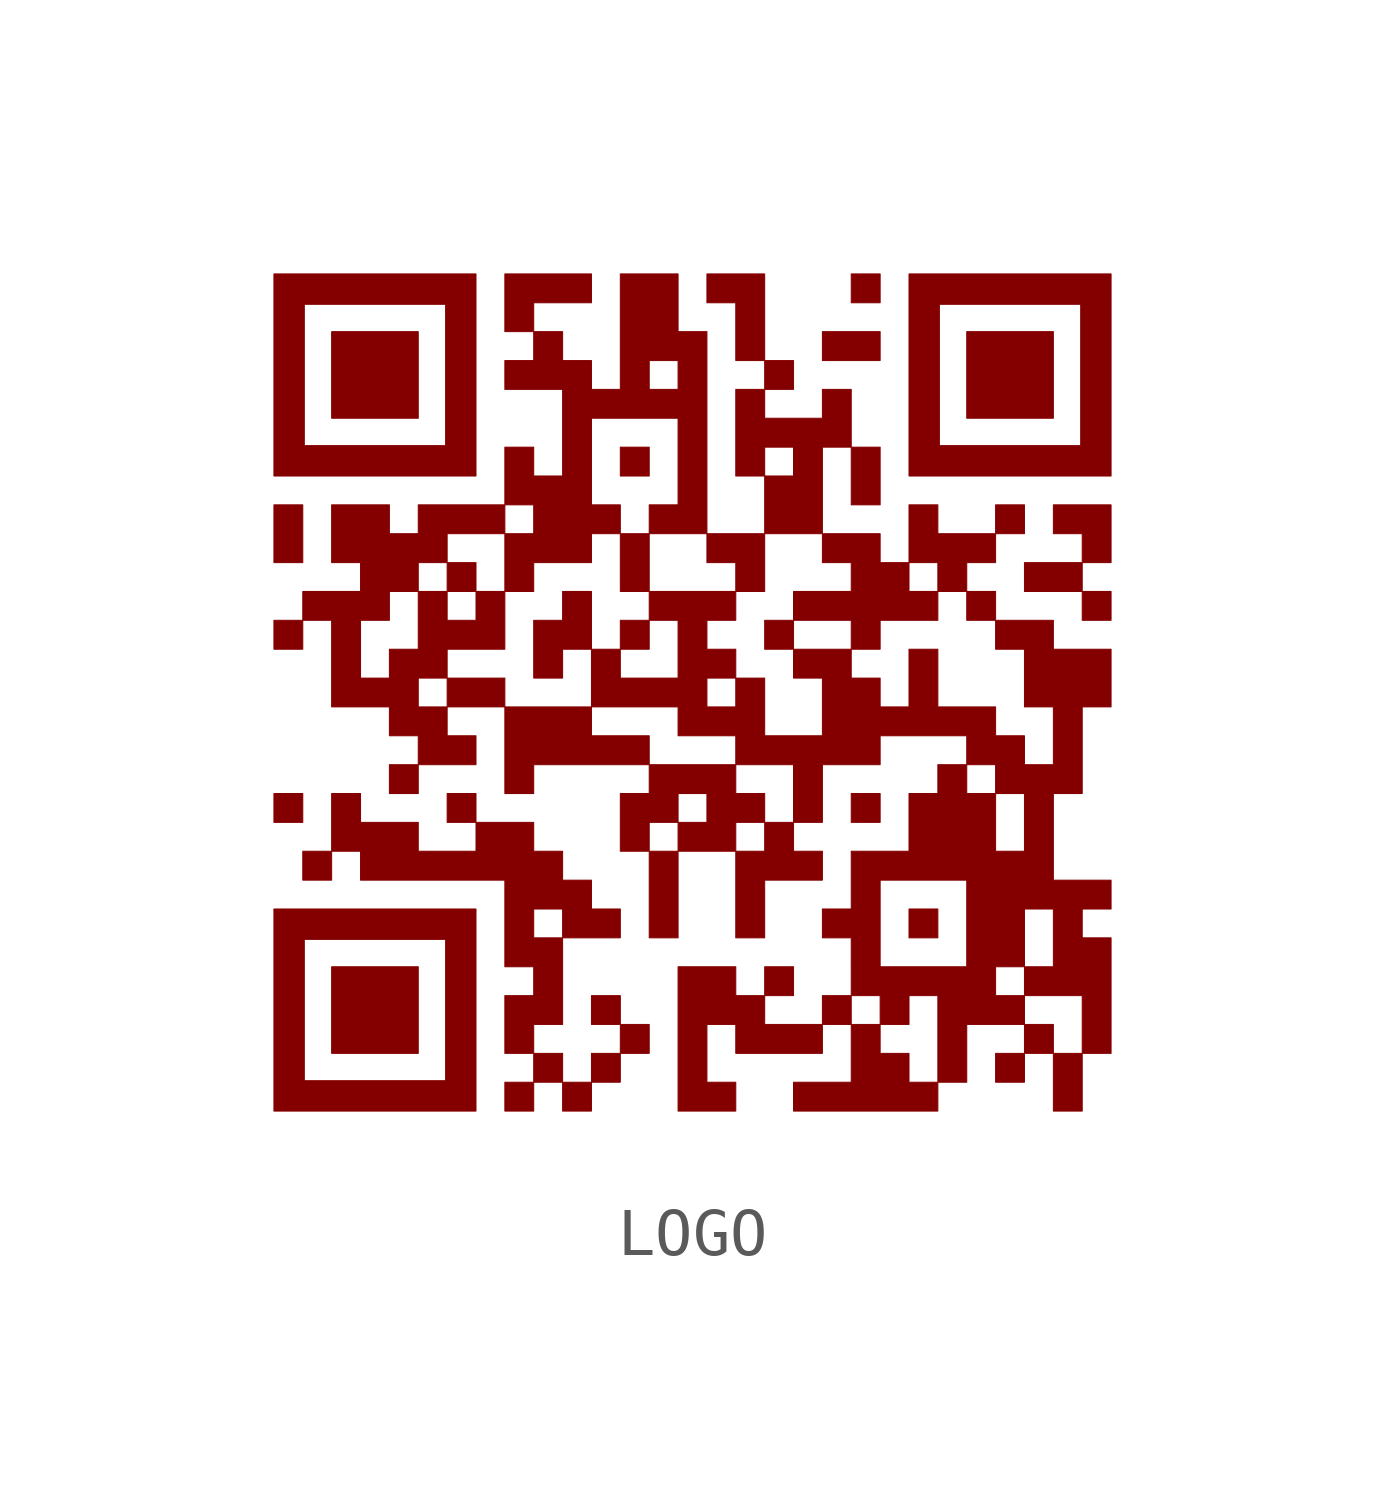
<source format=kicad_sym>
(kicad_symbol_lib
  (version 20220914)
  (generator bitmap2component)
  (symbol "LOGO"
    (pin_names
      (offset 1.016))
    (property "Reference" "#G"
      (at 0 9.369 0)
      (effects (font (size 1.27 1.27)) hide))
    (symbol "LOGO_0_0"
      (polyline (pts (xy -4.547 -6.669) (xy -4.547 -4.547) (xy -6.669 -4.547) (xy -8.791 -4.547) (xy -8.791 -6.669) (xy -8.791 -8.153) (xy -8.153 -8.153) (xy -8.153 -6.669) (xy -8.153 -5.185) (xy -6.669 -5.185) (xy -5.185 -5.185) (xy -5.185 -6.669) (xy -5.185 -8.153) (xy -6.669 -8.153) (xy -8.153 -8.153) (xy -8.791 -8.153) (xy -8.791 -8.791) (xy -6.669 -8.791) (xy -4.547 -8.791) (xy -4.547 -6.669)) (stroke (width 0.01) (type default)) (fill (type outline)))
      (polyline (pts (xy -3.335 -8.488) (xy -3.335 -8.185) (xy -3.031 -8.185) (xy -2.728 -8.185) (xy -2.728 -8.488) (xy -2.728 -8.791) (xy -2.425 -8.791) (xy -2.122 -8.791) (xy -2.122 -8.488) (xy -2.122 -8.185) (xy -2.425 -8.185) (xy -2.728 -8.185) (xy -2.728 -7.882) (xy -2.728 -7.579) (xy -3.031 -7.579) (xy -3.335 -7.579) (xy -3.335 -7.275) (xy -3.335 -6.972) (xy -3.031 -6.972) (xy -2.728 -6.972) (xy -2.728 -6.063) (xy -2.728 -5.153) (xy -3.031 -5.153) (xy -3.335 -5.153) (xy -3.335 -4.85) (xy -3.335 -4.547) (xy -3.031 -4.547) (xy -2.728 -4.547) (xy -2.728 -4.85) (xy -2.728 -5.153) (xy -2.122 -5.153) (xy -1.516 -5.153) (xy -1.516 -4.85) (xy -1.516 -4.547) (xy -1.819 -4.547) (xy -2.122 -4.547) (xy -2.122 -4.244) (xy -2.122 -3.941) (xy -2.425 -3.941) (xy -2.728 -3.941) (xy -2.728 -3.638) (xy -2.728 -3.334) (xy -3.031 -3.334) (xy -3.335 -3.334) (xy -3.335 -3.031) (xy -3.335 -2.728) (xy -3.941 -2.728) (xy -4.547 -2.728) (xy -4.547 -2.425) (xy -4.547 -2.122) (xy -4.85 -2.122) (xy -5.153 -2.122) (xy -5.153 -2.425) (xy -5.153 -2.728) (xy -4.85 -2.728) (xy -4.547 -2.728) (xy -4.547 -3.031) (xy -4.547 -3.334) (xy -5.153 -3.334) (xy -5.76 -3.334) (xy -5.76 -3.031) (xy -5.76 -2.728) (xy -6.366 -2.728) (xy -6.972 -2.728) (xy -6.972 -2.425) (xy -6.972 -2.122) (xy -7.275 -2.122) (xy -7.579 -2.122) (xy -7.579 -2.728) (xy -7.579 -3.334) (xy -7.882 -3.334) (xy -8.185 -3.334) (xy -8.185 -3.638) (xy -8.185 -3.941) (xy -7.882 -3.941) (xy -7.579 -3.941) (xy -7.579 -3.638) (xy -7.579 -3.334) (xy -7.275 -3.334) (xy -6.972 -3.334) (xy -6.972 -3.638) (xy -6.972 -3.941) (xy -5.457 -3.941) (xy -3.941 -3.941) (xy -3.941 -4.85) (xy -3.941 -5.76) (xy -3.638 -5.76) (xy -3.335 -5.76) (xy -3.335 -6.063) (xy -3.335 -6.366) (xy -3.638 -6.366) (xy -3.941 -6.366) (xy -3.941 -6.972) (xy -3.941 -7.579) (xy -3.638 -7.579) (xy -3.335 -7.579) (xy -3.335 -7.882) (xy -3.335 -8.185) (xy -3.638 -8.185) (xy -3.941 -8.185) (xy -3.941 -8.488) (xy -3.941 -8.791) (xy -3.638 -8.791) (xy -3.335 -8.791) (xy -3.335 -8.488)) (stroke (width 0.01) (type default)) (fill (type outline)))
      (polyline (pts (xy -0.909 -7.275) (xy -0.909 -6.972) (xy -1.213 -6.972) (xy -1.516 -6.972) (xy -1.516 -6.669) (xy -1.516 -6.366) (xy -1.819 -6.366) (xy -2.122 -6.366) (xy -2.122 -6.669) (xy -2.122 -6.972) (xy -1.819 -6.972) (xy -1.516 -6.972) (xy -1.516 -7.275) (xy -1.516 -7.579) (xy -1.213 -7.579) (xy -0.909 -7.579) (xy -0.909 -7.275)) (stroke (width 0.01) (type default)) (fill (type outline)))
      (polyline (pts (xy -1.516 -7.882) (xy -1.516 -7.579) (xy -1.819 -7.579) (xy -2.122 -7.579) (xy -2.122 -7.882) (xy -2.122 -8.185) (xy -1.819 -8.185) (xy -1.516 -8.185) (xy -1.516 -7.882)) (stroke (width 0.01) (type default)) (fill (type outline)))
      (polyline (pts (xy 2.122 6.669) (xy 2.122 6.972) (xy 1.819 6.972) (xy 1.516 6.972) (xy 1.516 7.882) (xy 1.516 8.791) (xy 0.909 8.791) (xy 0.303 8.791) (xy 0.303 8.488) (xy 0.303 8.185) (xy 0.606 8.185) (xy 0.909 8.185) (xy 0.909 7.579) (xy 0.909 6.972) (xy 1.213 6.972) (xy 1.516 6.972) (xy 1.516 6.669) (xy 1.516 6.366) (xy 1.819 6.366) (xy 2.122 6.366) (xy 2.122 6.669)) (stroke (width 0.01) (type default)) (fill (type outline)))
      (polyline (pts (xy 0.909 -8.488) (xy 0.909 -8.185) (xy 0.606 -8.185) (xy 0.303 -8.185) (xy 0.303 -7.579) (xy 0.303 -6.972) (xy 0.606 -6.972) (xy 0.909 -6.972) (xy 0.909 -7.275) (xy 0.909 -7.579) (xy 1.819 -7.579) (xy 2.728 -7.579) (xy 2.728 -7.275) (xy 2.728 -6.972) (xy 3.031 -6.972) (xy 3.334 -6.972) (xy 3.334 -7.579) (xy 3.334 -8.185) (xy 2.728 -8.185) (xy 2.122 -8.185) (xy 2.122 -8.488) (xy 2.122 -8.791) (xy 3.638 -8.791) (xy 5.153 -8.791) (xy 5.153 -8.488) (xy 5.153 -8.185) (xy 4.85 -8.185) (xy 4.547 -8.185) (xy 4.547 -7.882) (xy 4.547 -7.579) (xy 4.244 -7.579) (xy 3.941 -7.579) (xy 3.941 -7.275) (xy 3.941 -6.972) (xy 3.638 -6.972) (xy 3.334 -6.972) (xy 3.334 -6.669) (xy 3.334 -6.366) (xy 3.638 -6.366) (xy 3.941 -6.366) (xy 3.941 -6.669) (xy 3.941 -6.972) (xy 4.244 -6.972) (xy 4.547 -6.972) (xy 4.547 -6.669) (xy 4.547 -6.366) (xy 4.85 -6.366) (xy 5.153 -6.366) (xy 5.153 -7.275) (xy 5.153 -8.185) (xy 5.457 -8.185) (xy 5.76 -8.185) (xy 5.76 -7.579) (xy 5.76 -6.972) (xy 6.366 -6.972) (xy 6.972 -6.972) (xy 6.972 -7.275) (xy 6.972 -7.579) (xy 6.669 -7.579) (xy 6.366 -7.579) (xy 6.366 -7.882) (xy 6.366 -8.185) (xy 6.669 -8.185) (xy 6.972 -8.185) (xy 6.972 -7.882) (xy 6.972 -7.579) (xy 7.275 -7.579) (xy 7.579 -7.579) (xy 7.579 -8.185) (xy 7.579 -8.791) (xy 7.882 -8.791) (xy 8.185 -8.791) (xy 8.185 -8.185) (xy 8.185 -7.579) (xy 7.882 -7.579) (xy 7.579 -7.579) (xy 7.579 -7.275) (xy 7.579 -6.972) (xy 7.275 -6.972) (xy 6.972 -6.972) (xy 6.972 -6.669) (xy 6.972 -6.366) (xy 6.669 -6.366) (xy 6.366 -6.366) (xy 6.366 -6.063) (xy 6.366 -5.76) (xy 6.669 -5.76) (xy 6.972 -5.76) (xy 6.972 -5.153) (xy 6.972 -4.547) (xy 7.275 -4.547) (xy 7.579 -4.547) (xy 7.579 -5.153) (xy 7.579 -5.76) (xy 7.275 -5.76) (xy 6.972 -5.76) (xy 6.972 -6.063) (xy 6.972 -6.366) (xy 7.579 -6.366) (xy 8.185 -6.366) (xy 8.185 -6.972) (xy 8.185 -7.579) (xy 8.488 -7.579) (xy 8.791 -7.579) (xy 8.791 -6.366) (xy 8.791 -5.153) (xy 8.488 -5.153) (xy 8.185 -5.153) (xy 8.185 -4.85) (xy 8.185 -4.547) (xy 8.488 -4.547) (xy 8.791 -4.547) (xy 8.791 -4.244) (xy 8.791 -3.941) (xy 8.185 -3.941) (xy 7.579 -3.941) (xy 7.579 -3.031) (xy 7.579 -2.122) (xy 7.882 -2.122) (xy 8.185 -2.122) (xy 8.185 -1.213) (xy 8.185 -0.303) (xy 8.488 -0.303) (xy 8.791 -0.303) (xy 8.791 0.303) (xy 8.791 0.909) (xy 8.185 0.909) (xy 7.579 0.909) (xy 7.579 1.213) (xy 7.579 1.516) (xy 6.972 1.516) (xy 6.366 1.516) (xy 6.366 1.819) (xy 6.366 2.122) (xy 6.063 2.122) (xy 5.76 2.122) (xy 5.76 2.425) (xy 5.76 2.728) (xy 6.063 2.728) (xy 6.366 2.728) (xy 6.366 3.031) (xy 6.366 3.335) (xy 5.76 3.335) (xy 5.153 3.335) (xy 5.153 3.638) (xy 5.153 3.941) (xy 4.85 3.941) (xy 4.547 3.941) (xy 4.547 3.335) (xy 4.547 2.728) (xy 4.244 2.728) (xy 3.941 2.728) (xy 3.941 3.031) (xy 3.941 3.335) (xy 3.334 3.335) (xy 2.728 3.335) (xy 2.728 4.244) (xy 2.728 5.153) (xy 3.031 5.153) (xy 3.334 5.153) (xy 3.334 4.547) (xy 3.334 3.941) (xy 3.638 3.941) (xy 3.941 3.941) (xy 3.941 4.547) (xy 3.941 5.153) (xy 3.638 5.153) (xy 3.334 5.153) (xy 3.334 5.76) (xy 3.334 6.366) (xy 3.031 6.366) (xy 2.728 6.366) (xy 2.728 6.063) (xy 2.728 5.76) (xy 2.122 5.76) (xy 1.516 5.76) (xy 1.516 6.063) (xy 1.516 6.366) (xy 1.213 6.366) (xy 0.909 6.366) (xy 0.909 5.457) (xy 0.909 4.547) (xy 1.213 4.547) (xy 1.516 4.547) (xy 1.516 4.85) (xy 1.516 5.153) (xy 1.819 5.153) (xy 2.122 5.153) (xy 2.122 4.85) (xy 2.122 4.547) (xy 1.819 4.547) (xy 1.516 4.547) (xy 1.516 3.941) (xy 1.516 3.335) (xy 0.909 3.335) (xy 0.303 3.335) (xy 0.303 5.457) (xy 0.303 7.579) (xy 0 7.579) (xy -0.303 7.579) (xy -0.303 8.185) (xy -0.303 8.791) (xy -0.909 8.791) (xy -1.516 8.791) (xy -1.516 7.579) (xy -1.516 6.366) (xy -0.909 6.366) (xy -0.909 6.669) (xy -0.909 6.972) (xy -0.606 6.972) (xy -0.303 6.972) (xy -0.303 6.669) (xy -0.303 6.366) (xy -0.606 6.366) (xy -0.909 6.366) (xy -1.516 6.366) (xy -1.819 6.366) (xy -2.122 6.366) (xy -2.122 6.669) (xy -2.122 6.972) (xy -2.425 6.972) (xy -2.728 6.972) (xy -2.728 7.275) (xy -2.728 7.579) (xy -3.031 7.579) (xy -3.335 7.579) (xy -3.335 7.882) (xy -3.335 8.185) (xy -2.728 8.185) (xy -2.122 8.185) (xy -2.122 8.488) (xy -2.122 8.791) (xy -3.031 8.791) (xy -3.941 8.791) (xy -3.941 8.185) (xy -3.941 7.579) (xy -3.638 7.579) (xy -3.335 7.579) (xy -3.335 7.275) (xy -3.335 6.972) (xy -3.638 6.972) (xy -3.941 6.972) (xy -3.941 6.669) (xy -3.941 6.366) (xy -3.335 6.366) (xy -2.728 6.366) (xy -2.728 5.457) (xy -2.728 4.547) (xy -3.031 4.547) (xy -3.335 4.547) (xy -3.335 4.85) (xy -3.335 5.153) (xy -3.638 5.153) (xy -3.941 5.153) (xy -3.941 4.547) (xy -3.941 3.941) (xy -4.85 3.941) (xy -5.76 3.941) (xy -5.76 3.638) (xy -5.76 3.335) (xy -6.063 3.335) (xy -6.366 3.335) (xy -6.366 3.638) (xy -6.366 3.941) (xy -6.972 3.941) (xy -7.579 3.941) (xy -7.579 3.335) (xy -7.579 2.728) (xy -7.275 2.728) (xy -6.972 2.728) (xy -6.972 2.425) (xy -6.972 2.122) (xy -7.579 2.122) (xy -8.185 2.122) (xy -8.185 1.819) (xy -8.185 1.516) (xy -8.488 1.516) (xy -8.791 1.516) (xy -8.791 1.213) (xy -8.791 0.909) (xy -8.488 0.909) (xy -8.185 0.909) (xy -8.185 1.213) (xy -8.185 1.516) (xy -7.882 1.516) (xy -7.579 1.516) (xy -7.579 0.606) (xy -7.579 -0.303) (xy -6.972 -0.303) (xy -6.366 -0.303) (xy -6.366 -0.606) (xy -6.366 -0.909) (xy -6.063 -0.909) (xy -5.76 -0.909) (xy -5.76 -1.213) (xy -5.76 -1.516) (xy -5.153 -1.516) (xy -4.547 -1.516) (xy -4.547 -1.213) (xy -4.547 -0.909) (xy -4.85 -0.909) (xy -5.153 -0.909) (xy -5.153 -0.606) (xy -5.153 -0.303) (xy -4.547 -0.303) (xy -3.941 -0.303) (xy -3.941 -1.213) (xy -3.941 -2.122) (xy -3.638 -2.122) (xy -3.335 -2.122) (xy -3.335 -1.819) (xy -3.335 -1.516) (xy -2.122 -1.516) (xy -0.909 -1.516) (xy -0.909 -1.819) (xy -0.909 -2.122) (xy -1.213 -2.122) (xy -1.516 -2.122) (xy -1.516 -2.728) (xy -1.516 -3.334) (xy -1.213 -3.334) (xy -0.909 -3.334) (xy -0.909 -3.031) (xy -0.909 -2.728) (xy -0.606 -2.728) (xy -0.303 -2.728) (xy -0.303 -2.425) (xy -0.303 -2.122) (xy 0 -2.122) (xy 0.303 -2.122) (xy 0.303 -2.425) (xy 0.303 -2.728) (xy 0 -2.728) (xy -0.303 -2.728) (xy -0.303 -3.031) (xy -0.303 -3.334) (xy -0.606 -3.334) (xy -0.909 -3.334) (xy -0.909 -4.244) (xy -0.909 -5.153) (xy -0.606 -5.153) (xy -0.303 -5.153) (xy -0.303 -4.244) (xy -0.303 -3.334) (xy 0.303 -3.334) (xy 0.909 -3.334) (xy 0.909 -3.031) (xy 0.909 -2.728) (xy 1.213 -2.728) (xy 1.516 -2.728) (xy 1.516 -3.031) (xy 1.516 -3.334) (xy 1.213 -3.334) (xy 0.909 -3.334) (xy 0.909 -4.244) (xy 0.909 -5.153) (xy 1.213 -5.153) (xy 1.516 -5.153) (xy 1.516 -4.547) (xy 1.516 -3.941) (xy 2.122 -3.941) (xy 2.728 -3.941) (xy 2.728 -3.638) (xy 2.728 -3.334) (xy 2.425 -3.334) (xy 2.122 -3.334) (xy 2.122 -3.031) (xy 2.122 -2.728) (xy 1.819 -2.728) (xy 1.516 -2.728) (xy 1.516 -2.425) (xy 1.516 -2.122) (xy 1.213 -2.122) (xy 0.909 -2.122) (xy 0.909 -1.819) (xy 0.909 -1.516) (xy 0 -1.516) (xy -0.909 -1.516) (xy -0.909 -1.213) (xy -0.909 -0.909) (xy -1.516 -0.909) (xy -2.122 -0.909) (xy -2.122 -0.606) (xy -2.122 -0.303) (xy -3.031 -0.303) (xy -3.941 -0.303) (xy -3.941 0) (xy -3.941 0.303) (xy -4.547 0.303) (xy -5.153 0.303) (xy -5.153 0) (xy -5.153 -0.303) (xy -5.457 -0.303) (xy -5.76 -0.303) (xy -5.76 0) (xy -5.76 0.303) (xy -5.457 0.303) (xy -5.153 0.303) (xy -5.153 0.606) (xy -5.153 0.909) (xy -4.547 0.909) (xy -3.941 0.909) (xy -3.941 1.516) (xy -3.941 2.122) (xy -4.244 2.122) (xy -4.547 2.122) (xy -4.547 1.819) (xy -4.547 1.516) (xy -4.85 1.516) (xy -5.153 1.516) (xy -5.153 1.819) (xy -5.153 2.122) (xy -5.457 2.122) (xy -5.76 2.122) (xy -5.76 1.516) (xy -5.76 0.909) (xy -6.063 0.909) (xy -6.366 0.909) (xy -6.366 0.606) (xy -6.366 0.303) (xy -6.669 0.303) (xy -6.972 0.303) (xy -6.972 0.909) (xy -6.972 1.516) (xy -6.669 1.516) (xy -6.366 1.516) (xy -6.366 1.819) (xy -6.366 2.122) (xy -6.063 2.122) (xy -5.76 2.122) (xy -5.76 2.425) (xy -5.76 2.728) (xy -5.457 2.728) (xy -5.153 2.728) (xy -5.153 3.031) (xy -5.153 3.335) (xy -4.547 3.335) (xy -3.941 3.335) (xy -3.941 3.638) (xy -3.941 3.941) (xy -3.638 3.941) (xy -3.335 3.941) (xy -3.335 3.638) (xy -3.335 3.335) (xy -3.638 3.335) (xy -3.941 3.335) (xy -3.941 2.728) (xy -3.941 2.122) (xy -3.638 2.122) (xy -3.335 2.122) (xy -3.335 2.425) (xy -3.335 2.728) (xy -2.728 2.728) (xy -2.122 2.728) (xy -2.122 3.031) (xy -2.122 3.335) (xy -1.819 3.335) (xy -1.516 3.335) (xy -1.516 3.638) (xy -1.516 3.941) (xy -1.819 3.941) (xy -2.122 3.941) (xy -2.122 4.85) (xy -2.122 5.76) (xy -1.213 5.76) (xy -0.303 5.76) (xy -0.303 4.85) (xy -0.303 3.941) (xy -0.606 3.941) (xy -0.909 3.941) (xy -0.909 3.638) (xy -0.909 3.335) (xy -0.303 3.335) (xy 0.303 3.335) (xy 0.303 3.031) (xy 0.303 2.728) (xy 0.606 2.728) (xy 0.909 2.728) (xy 0.909 2.425) (xy 0.909 2.122) (xy 1.213 2.122) (xy 1.516 2.122) (xy 1.516 2.728) (xy 1.516 3.335) (xy 2.122 3.335) (xy 2.728 3.335) (xy 2.728 3.031) (xy 2.728 2.728) (xy 3.031 2.728) (xy 3.334 2.728) (xy 3.334 2.425) (xy 3.334 2.122) (xy 2.728 2.122) (xy 2.122 2.122) (xy 2.122 1.819) (xy 2.122 1.516) (xy 2.728 1.516) (xy 3.334 1.516) (xy 3.334 1.213) (xy 3.334 0.909) (xy 3.638 0.909) (xy 3.941 0.909) (xy 3.941 1.213) (xy 3.941 1.516) (xy 4.547 1.516) (xy 5.153 1.516) (xy 5.153 1.819) (xy 5.153 2.122) (xy 4.85 2.122) (xy 4.547 2.122) (xy 4.547 2.425) (xy 4.547 2.728) (xy 4.85 2.728) (xy 5.153 2.728) (xy 5.153 2.425) (xy 5.153 2.122) (xy 5.457 2.122) (xy 5.76 2.122) (xy 5.76 1.819) (xy 5.76 1.516) (xy 6.063 1.516) (xy 6.366 1.516) (xy 6.366 1.213) (xy 6.366 0.909) (xy 6.669 0.909) (xy 6.972 0.909) (xy 6.972 0.303) (xy 6.972 -0.303) (xy 7.275 -0.303) (xy 7.579 -0.303) (xy 7.579 -0.909) (xy 7.579 -1.516) (xy 7.275 -1.516) (xy 6.972 -1.516) (xy 6.972 -1.213) (xy 6.972 -0.909) (xy 6.669 -0.909) (xy 6.366 -0.909) (xy 6.366 -0.606) (xy 6.366 -0.303) (xy 5.76 -0.303) (xy 5.153 -0.303) (xy 5.153 0.303) (xy 5.153 0.909) (xy 4.85 0.909) (xy 4.547 0.909) (xy 4.547 0.303) (xy 4.547 -0.303) (xy 4.244 -0.303) (xy 3.941 -0.303) (xy 3.941 0) (xy 3.941 0.303) (xy 3.638 0.303) (xy 3.334 0.303) (xy 3.334 0.606) (xy 3.334 0.909) (xy 2.728 0.909) (xy 2.122 0.909) (xy 2.122 0.606) (xy 2.122 0.303) (xy 2.425 0.303) (xy 2.728 0.303) (xy 2.728 -0.303) (xy 2.728 -0.909) (xy 2.122 -0.909) (xy 1.516 -0.909) (xy 1.516 -0.303) (xy 1.516 0.303) (xy 1.213 0.303) (xy 0.909 0.303) (xy 0.909 0) (xy 0.909 -0.303) (xy 0.606 -0.303) (xy 0.303 -0.303) (xy 0.303 0) (xy 0.303 0.303) (xy 0.606 0.303) (xy 0.909 0.303) (xy 0.909 0.606) (xy 0.909 0.909) (xy 0.606 0.909) (xy 0.303 0.909) (xy 0.303 1.213) (xy 0.303 1.516) (xy 0.606 1.516) (xy 0.909 1.516) (xy 0.909 1.819) (xy 0.909 2.122) (xy 0 2.122) (xy -0.909 2.122) (xy -0.909 1.819) (xy -0.909 1.516) (xy -0.606 1.516) (xy -0.303 1.516) (xy -0.303 0.909) (xy -0.303 0.303) (xy -0.909 0.303) (xy -1.516 0.303) (xy -1.516 0.606) (xy -1.516 0.909) (xy -1.819 0.909) (xy -2.122 0.909) (xy -2.122 0.303) (xy -2.122 -0.303) (xy -1.213 -0.303) (xy -0.303 -0.303) (xy -0.303 -0.606) (xy -0.303 -0.909) (xy 0.303 -0.909) (xy 0.909 -0.909) (xy 0.909 -1.213) (xy 0.909 -1.516) (xy 1.516 -1.516) (xy 2.122 -1.516) (xy 2.122 -2.122) (xy 2.122 -2.728) (xy 2.425 -2.728) (xy 2.728 -2.728) (xy 2.728 -2.122) (xy 2.728 -1.516) (xy 3.334 -1.516) (xy 3.941 -1.516) (xy 3.941 -1.213) (xy 3.941 -0.909) (xy 4.85 -0.909) (xy 5.76 -0.909) (xy 5.76 -1.213) (xy 5.76 -1.516) (xy 6.063 -1.516) (xy 6.366 -1.516) (xy 6.366 -1.819) (xy 6.366 -2.122) (xy 6.669 -2.122) (xy 6.972 -2.122) (xy 6.972 -2.728) (xy 6.972 -3.334) (xy 6.669 -3.334) (xy 6.366 -3.334) (xy 6.366 -2.728) (xy 6.366 -2.122) (xy 6.063 -2.122) (xy 5.76 -2.122) (xy 5.76 -1.819) (xy 5.76 -1.516) (xy 5.457 -1.516) (xy 5.153 -1.516) (xy 5.153 -1.819) (xy 5.153 -2.122) (xy 4.85 -2.122) (xy 4.547 -2.122) (xy 4.547 -2.728) (xy 4.547 -3.334) (xy 3.941 -3.334) (xy 3.334 -3.334) (xy 3.334 -3.941) (xy 3.334 -4.547) (xy 3.031 -4.547) (xy 2.728 -4.547) (xy 2.728 -4.85) (xy 2.728 -5.153) (xy 3.031 -5.153) (xy 3.334 -5.153) (xy 3.334 -5.76) (xy 3.941 -5.76) (xy 3.941 -4.85) (xy 3.941 -3.941) (xy 4.85 -3.941) (xy 5.76 -3.941) (xy 5.76 -4.85) (xy 5.76 -5.76) (xy 4.85 -5.76) (xy 3.941 -5.76) (xy 3.334 -5.76) (xy 3.334 -6.366) (xy 3.031 -6.366) (xy 2.728 -6.366) (xy 2.728 -6.669) (xy 2.728 -6.972) (xy 2.122 -6.972) (xy 1.516 -6.972) (xy 1.516 -6.669) (xy 1.516 -6.366) (xy 1.213 -6.366) (xy 0.909 -6.366) (xy 0.909 -6.063) (xy 0.909 -5.76) (xy 0.303 -5.76) (xy -0.303 -5.76) (xy -0.303 -7.275) (xy -0.303 -8.791) (xy 0.303 -8.791) (xy 0.909 -8.791) (xy 0.909 -8.488)) (stroke (width 0.01) (type default)) (fill (type outline)))
      (polyline (pts (xy 6.972 3.638) (xy 6.972 3.941) (xy 6.669 3.941) (xy 6.366 3.941) (xy 6.366 3.638) (xy 6.366 3.335) (xy 6.669 3.335) (xy 6.972 3.335) (xy 6.972 3.638)) (stroke (width 0.01) (type default)) (fill (type outline)))
      (polyline (pts (xy -5.76 -1.819) (xy -5.76 -1.516) (xy -6.063 -1.516) (xy -6.366 -1.516) (xy -6.366 -1.819) (xy -6.366 -2.122) (xy -6.063 -2.122) (xy -5.76 -2.122) (xy -5.76 -1.819)) (stroke (width 0.01) (type default)) (fill (type outline)))
      (polyline (pts (xy 2.122 -6.063) (xy 2.122 -5.76) (xy 1.819 -5.76) (xy 1.516 -5.76) (xy 1.516 -6.063) (xy 1.516 -6.366) (xy 1.819 -6.366) (xy 2.122 -6.366) (xy 2.122 -6.063)) (stroke (width 0.01) (type default)) (fill (type outline)))
      (polyline (pts (xy -8.185 -2.425) (xy -8.185 -2.122) (xy -8.488 -2.122) (xy -8.791 -2.122) (xy -8.791 -2.425) (xy -8.791 -2.728) (xy -8.488 -2.728) (xy -8.185 -2.728) (xy -8.185 -2.425)) (stroke (width 0.01) (type default)) (fill (type outline)))
      (polyline (pts (xy 3.941 -2.425) (xy 3.941 -2.122) (xy 3.638 -2.122) (xy 3.334 -2.122) (xy 3.334 -2.425) (xy 3.334 -2.728) (xy 3.638 -2.728) (xy 3.941 -2.728) (xy 3.941 -2.425)) (stroke (width 0.01) (type default)) (fill (type outline)))
      (polyline (pts (xy 8.791 3.335) (xy 8.791 3.941) (xy 8.185 3.941) (xy 7.579 3.941) (xy 7.579 3.638) (xy 7.579 3.335) (xy 7.882 3.335) (xy 8.185 3.335) (xy 8.185 3.031) (xy 8.185 2.728) (xy 8.488 2.728) (xy 8.791 2.728) (xy 8.791 3.335)) (stroke (width 0.01) (type default)) (fill (type outline)))
      (polyline (pts (xy 8.791 1.819) (xy 8.791 2.122) (xy 8.488 2.122) (xy 8.185 2.122) (xy 8.185 2.425) (xy 8.185 2.728) (xy 7.579 2.728) (xy 6.972 2.728) (xy 6.972 2.425) (xy 6.972 2.122) (xy 7.579 2.122) (xy 8.185 2.122) (xy 8.185 1.819) (xy 8.185 1.516) (xy 8.488 1.516) (xy 8.791 1.516) (xy 8.791 1.819)) (stroke (width 0.01) (type default)) (fill (type outline)))
      (polyline (pts (xy -8.185 3.335) (xy -8.185 3.941) (xy -8.488 3.941) (xy -8.791 3.941) (xy -8.791 3.335) (xy -8.791 2.728) (xy -8.488 2.728) (xy -8.185 2.728) (xy -8.185 3.335)) (stroke (width 0.01) (type default)) (fill (type outline)))
      (polyline (pts (xy -4.547 6.669) (xy -4.547 8.791) (xy -6.669 8.791) (xy -8.791 8.791) (xy -8.791 6.669) (xy -8.791 5.185) (xy -8.153 5.185) (xy -8.153 6.669) (xy -8.153 8.153) (xy -6.669 8.153) (xy -5.185 8.153) (xy -5.185 6.669) (xy -5.185 5.185) (xy -6.669 5.185) (xy -8.153 5.185) (xy -8.791 5.185) (xy -8.791 4.547) (xy -6.669 4.547) (xy -4.547 4.547) (xy -4.547 6.669)) (stroke (width 0.01) (type default)) (fill (type outline)))
      (polyline (pts (xy 8.791 6.669) (xy 8.791 8.791) (xy 6.669 8.791) (xy 4.547 8.791) (xy 4.547 6.669) (xy 4.547 5.185) (xy 5.185 5.185) (xy 5.185 6.669) (xy 5.185 8.153) (xy 6.669 8.153) (xy 8.153 8.153) (xy 8.153 6.669) (xy 8.153 5.185) (xy 6.669 5.185) (xy 5.185 5.185) (xy 4.547 5.185) (xy 4.547 4.547) (xy 6.669 4.547) (xy 8.791 4.547) (xy 8.791 6.669)) (stroke (width 0.01) (type default)) (fill (type outline)))
      (polyline (pts (xy 3.941 7.275) (xy 3.941 7.579) (xy 3.334 7.579) (xy 2.728 7.579) (xy 2.728 7.275) (xy 2.728 6.972) (xy 3.334 6.972) (xy 3.941 6.972) (xy 3.941 7.275)) (stroke (width 0.01) (type default)) (fill (type outline)))
      (polyline (pts (xy 3.941 8.488) (xy 3.941 8.791) (xy 3.638 8.791) (xy 3.334 8.791) (xy 3.334 8.488) (xy 3.334 8.185) (xy 3.638 8.185) (xy 3.941 8.185) (xy 3.941 8.488)) (stroke (width 0.01) (type default)) (fill (type outline)))
      (polyline (pts (xy -5.76 -6.669) (xy -5.76 -5.76) (xy -6.669 -5.76) (xy -7.579 -5.76) (xy -7.579 -6.669) (xy -7.579 -7.579) (xy -6.669 -7.579) (xy -5.76 -7.579) (xy -5.76 -6.669)) (stroke (width 0.01) (type default)) (fill (type outline)))
      (polyline (pts (xy 5.153 -4.85) (xy 5.153 -4.547) (xy 4.85 -4.547) (xy 4.547 -4.547) (xy 4.547 -4.85) (xy 4.547 -5.153) (xy 4.85 -5.153) (xy 5.153 -5.153) (xy 5.153 -4.85)) (stroke (width 0.01) (type default)) (fill (type outline)))
      (polyline (pts (xy -2.728 0.606) (xy -2.728 0.909) (xy -2.425 0.909) (xy -2.122 0.909) (xy -2.122 1.516) (xy -2.122 2.122) (xy -2.425 2.122) (xy -2.728 2.122) (xy -2.728 1.819) (xy -2.728 1.516) (xy -3.031 1.516) (xy -3.335 1.516) (xy -3.335 0.909) (xy -3.335 0.303) (xy -3.031 0.303) (xy -2.728 0.303) (xy -2.728 0.606)) (stroke (width 0.01) (type default)) (fill (type outline)))
      (polyline (pts (xy -0.909 1.213) (xy -0.909 1.516) (xy -1.213 1.516) (xy -1.516 1.516) (xy -1.516 1.213) (xy -1.516 0.909) (xy -1.213 0.909) (xy -0.909 0.909) (xy -0.909 1.213)) (stroke (width 0.01) (type default)) (fill (type outline)))
      (polyline (pts (xy 2.122 1.213) (xy 2.122 1.516) (xy 1.819 1.516) (xy 1.516 1.516) (xy 1.516 1.213) (xy 1.516 0.909) (xy 1.819 0.909) (xy 2.122 0.909) (xy 2.122 1.213)) (stroke (width 0.01) (type default)) (fill (type outline)))
      (polyline (pts (xy -4.547 2.425) (xy -4.547 2.728) (xy -4.85 2.728) (xy -5.153 2.728) (xy -5.153 2.425) (xy -5.153 2.122) (xy -4.85 2.122) (xy -4.547 2.122) (xy -4.547 2.425)) (stroke (width 0.01) (type default)) (fill (type outline)))
      (polyline (pts (xy -0.909 2.728) (xy -0.909 3.335) (xy -1.213 3.335) (xy -1.516 3.335) (xy -1.516 2.728) (xy -1.516 2.122) (xy -1.213 2.122) (xy -0.909 2.122) (xy -0.909 2.728)) (stroke (width 0.01) (type default)) (fill (type outline)))
      (polyline (pts (xy -0.909 4.85) (xy -0.909 5.153) (xy -1.213 5.153) (xy -1.516 5.153) (xy -1.516 4.85) (xy -1.516 4.547) (xy -1.213 4.547) (xy -0.909 4.547) (xy -0.909 4.85)) (stroke (width 0.01) (type default)) (fill (type outline)))
      (polyline (pts (xy -5.76 6.669) (xy -5.76 7.579) (xy -6.669 7.579) (xy -7.579 7.579) (xy -7.579 6.669) (xy -7.579 5.76) (xy -6.669 5.76) (xy -5.76 5.76) (xy -5.76 6.669)) (stroke (width 0.01) (type default)) (fill (type outline)))
      (polyline (pts (xy 7.579 6.669) (xy 7.579 7.579) (xy 6.669 7.579) (xy 5.76 7.579) (xy 5.76 6.669) (xy 5.76 5.76) (xy 6.669 5.76) (xy 7.579 5.76) (xy 7.579 6.669)) (stroke (width 0.01) (type default)) (fill (type outline))))))
</source>
